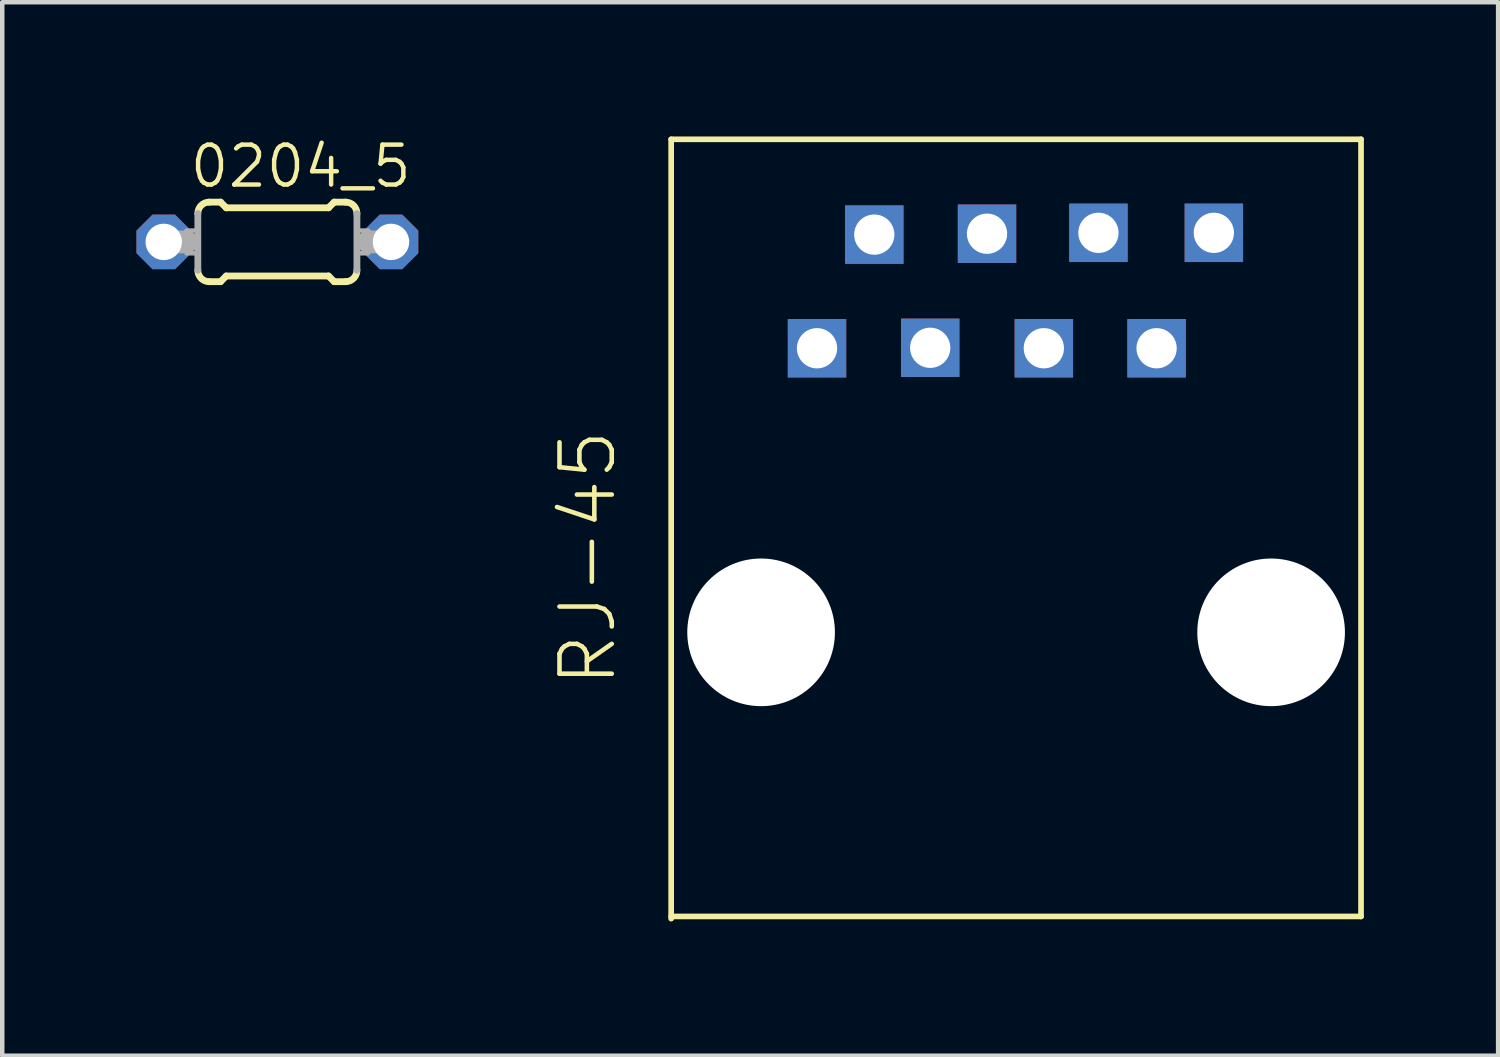
<source format=kicad_pcb>
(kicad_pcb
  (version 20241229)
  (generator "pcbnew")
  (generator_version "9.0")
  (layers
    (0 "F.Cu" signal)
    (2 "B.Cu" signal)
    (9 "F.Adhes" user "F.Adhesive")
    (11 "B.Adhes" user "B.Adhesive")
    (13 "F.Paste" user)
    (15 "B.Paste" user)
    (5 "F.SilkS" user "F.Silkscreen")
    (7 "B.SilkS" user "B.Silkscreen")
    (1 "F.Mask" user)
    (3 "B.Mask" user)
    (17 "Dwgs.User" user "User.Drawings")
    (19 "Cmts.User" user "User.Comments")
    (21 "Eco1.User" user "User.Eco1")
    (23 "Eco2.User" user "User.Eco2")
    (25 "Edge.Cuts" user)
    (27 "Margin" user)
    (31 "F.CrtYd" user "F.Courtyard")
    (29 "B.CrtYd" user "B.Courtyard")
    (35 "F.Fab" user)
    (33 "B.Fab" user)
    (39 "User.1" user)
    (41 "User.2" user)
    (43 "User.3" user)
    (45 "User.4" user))
  (footprint "0204_5"
    (layer "F.Cu")
    (at 3.15 2.357)
    (property "Reference" "0204_5" (at -2.007 -1.168 0) (unlocked yes) (layer "F.SilkS") (effects (font (size 0.892 0.892) (thickness 0.099)) (justify left bottom)))
    (fp_line (start -1.524 -0.889) (end -1.27 -0.889) (stroke (width 0.152) (type solid)) (layer "F.SilkS"))
    (fp_line (start -1.524 0.889) (end -1.27 0.889) (stroke (width 0.152) (type solid)) (layer "F.SilkS"))
    (fp_line (start -1.143 -0.762) (end -1.27 -0.889) (stroke (width 0.152) (type solid)) (layer "F.SilkS"))
    (fp_line (start -1.143 0.762) (end -1.27 0.889) (stroke (width 0.152) (type solid)) (layer "F.SilkS"))
    (fp_line (start 1.143 -0.762) (end -1.143 -0.762) (stroke (width 0.152) (type solid)) (layer "F.SilkS"))
    (fp_line (start 1.143 -0.762) (end 1.27 -0.889) (stroke (width 0.152) (type solid)) (layer "F.SilkS"))
    (fp_line (start 1.143 0.762) (end -1.143 0.762) (stroke (width 0.152) (type solid)) (layer "F.SilkS"))
    (fp_line (start 1.143 0.762) (end 1.27 0.889) (stroke (width 0.152) (type solid)) (layer "F.SilkS"))
    (fp_line (start 1.524 -0.889) (end 1.27 -0.889) (stroke (width 0.152) (type solid)) (layer "F.SilkS"))
    (fp_line (start 1.524 0.889) (end 1.27 0.889) (stroke (width 0.152) (type solid)) (layer "F.SilkS"))
    (fp_arc (start -1.778 -0.635) (mid -1.703605 -0.814605) (end -1.524 -0.889) (stroke (width 0.1524) (type solid)) (layer "F.SilkS"))
    (fp_arc (start -1.524 0.889) (mid -1.703605 0.814605) (end -1.778 0.635) (stroke (width 0.1524) (type solid)) (layer "F.SilkS"))
    (fp_arc (start 1.524 -0.889) (mid 1.703605 -0.814605) (end 1.778 -0.635) (stroke (width 0.1524) (type solid)) (layer "F.SilkS"))
    (fp_arc (start 1.778 0.635) (mid 1.703605 0.814605) (end 1.524 0.889) (stroke (width 0.1524) (type solid)) (layer "F.SilkS"))
    (fp_line (start -2.54 0) (end -2.032 0) (stroke (width 0.508) (type solid)) (layer "F.Fab"))
    (fp_line (start -1.778 0.635) (end -1.778 -0.635) (stroke (width 0.152) (type solid)) (layer "F.Fab"))
    (fp_line (start 1.778 0.635) (end 1.778 -0.635) (stroke (width 0.152) (type solid)) (layer "F.Fab"))
    (fp_line (start 2.54 0) (end 2.032 0) (stroke (width 0.508) (type solid)) (layer "F.Fab"))
    (fp_poly (pts (xy -2.032 0.254) (xy -1.778 0.254) (xy -1.778 -0.254) (xy -2.032 -0.254)) (stroke (width 0.1) (type default)) (fill no) (layer "F.Fab"))
    (fp_poly (pts (xy 1.778 0.254) (xy 2.032 0.254) (xy 2.032 -0.254) (xy 1.778 -0.254)) (stroke (width 0.1) (type default)) (fill no) (layer "F.Fab"))
    (pad "1" thru_hole roundrect (at -2.54 0) (size 1.219 1.219) (drill 0.813) (layers "*.Cu" "*.Mask") (roundrect_rratio 0.25) (chamfer_ratio 0.293) (chamfer top_left top_right bottom_left bottom_right))
    (pad "2" thru_hole roundrect (at 2.54 0) (size 1.219 1.219) (drill 0.813) (layers "*.Cu" "*.Mask") (roundrect_rratio 0.25) (chamfer_ratio 0.293) (chamfer top_left top_right bottom_left bottom_right)))
  (footprint "RJ-45"
    (layer "F.Cu")
    (at 19.662 11.084)
    (property "Reference" "RJ-45" (at -8.89 1.27 90) (unlocked yes) (layer "F.SilkS") (effects (font (size 1.168 1.168) (thickness 0.102)) (justify left bottom)))
    (fp_line (start -7.71 -11.02) (end -7.71 6.4) (stroke (width 0.127) (type solid)) (layer "F.SilkS"))
    (fp_line (start -7.71 6.35) (end 7.71 6.35) (stroke (width 0.127) (type solid)) (layer "F.SilkS"))
    (fp_line (start 7.71 -11.02) (end -7.71 -11.02) (stroke (width 0.127) (type solid)) (layer "F.SilkS"))
    (fp_line (start 7.71 6.35) (end 7.71 -11.02) (stroke (width 0.127) (type solid)) (layer "F.SilkS"))
    (pad "" np_thru_hole circle (at -5.7 0) (size 3.3 3.3) (drill 3.3) (layers "*.Cu" "*.Mask"))
    (pad "" np_thru_hole circle (at 5.7 0) (size 3.3 3.3) (drill 3.3) (layers "*.Cu" "*.Mask"))
    (pad "1" thru_hole rect (at -4.45 -6.35) (size 1.306 1.306) (drill 0.9) (layers "*.Cu" "*.Mask"))
    (pad "2" thru_hole rect (at -3.17 -8.89) (size 1.306 1.306) (drill 0.9) (layers "*.Cu" "*.Mask"))
    (pad "3" thru_hole rect (at -1.92 -6.36) (size 1.306 1.306) (drill 0.9) (layers "*.Cu" "*.Mask"))
    (pad "4" thru_hole rect (at -0.65 -8.91) (size 1.306 1.306) (drill 0.9) (layers "*.Cu" "*.Mask"))
    (pad "5" thru_hole rect (at 0.62 -6.35) (size 1.306 1.306) (drill 0.9) (layers "*.Cu" "*.Mask"))
    (pad "6" thru_hole rect (at 1.84 -8.93) (size 1.306 1.306) (drill 0.9) (layers "*.Cu" "*.Mask"))
    (pad "7" thru_hole rect (at 3.14 -6.35) (size 1.306 1.306) (drill 0.9) (layers "*.Cu" "*.Mask"))
    (pad "8" thru_hole rect (at 4.42 -8.93) (size 1.306 1.306) (drill 0.9) (layers "*.Cu" "*.Mask")))
  (gr_rect
    (start -3 -3)
    (end 30.436 20.547)
    (stroke (width 0.1) (type default))
    (fill no)
    (layer "Edge.Cuts")))
</source>
